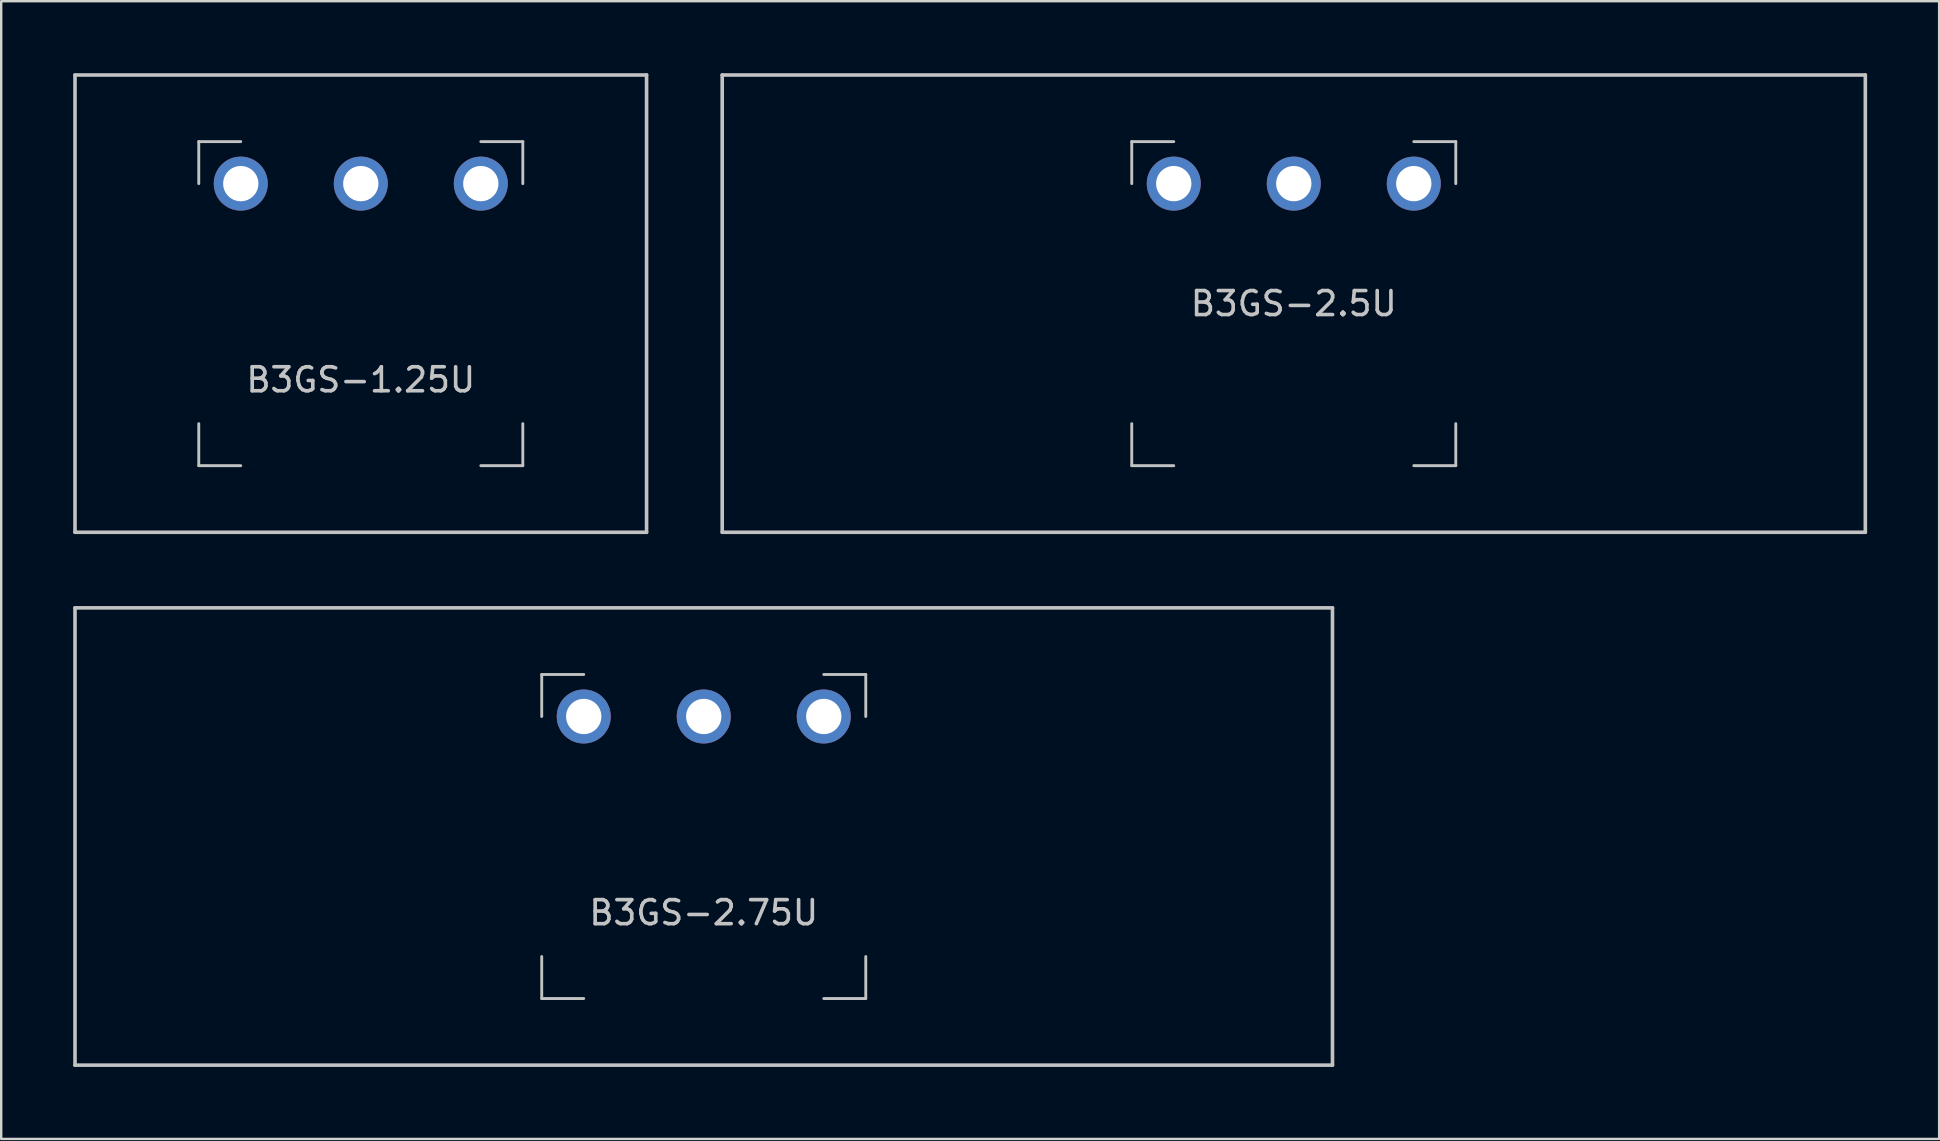
<source format=kicad_pcb>
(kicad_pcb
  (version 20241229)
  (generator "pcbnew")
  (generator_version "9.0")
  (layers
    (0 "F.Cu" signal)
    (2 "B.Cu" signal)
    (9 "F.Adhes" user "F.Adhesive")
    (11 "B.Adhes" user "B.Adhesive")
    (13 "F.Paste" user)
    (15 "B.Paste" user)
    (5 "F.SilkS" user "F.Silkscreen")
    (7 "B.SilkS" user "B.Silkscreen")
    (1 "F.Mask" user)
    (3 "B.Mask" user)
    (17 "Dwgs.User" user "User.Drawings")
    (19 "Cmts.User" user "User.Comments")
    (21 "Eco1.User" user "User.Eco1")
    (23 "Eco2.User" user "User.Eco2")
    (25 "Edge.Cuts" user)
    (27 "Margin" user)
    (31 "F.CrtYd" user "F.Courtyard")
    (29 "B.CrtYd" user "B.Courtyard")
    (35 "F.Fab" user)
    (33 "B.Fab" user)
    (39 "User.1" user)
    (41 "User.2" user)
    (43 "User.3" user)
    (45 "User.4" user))
  (footprint "B3GS-2.75U"
    (layer "F.Cu")
    (at 26.269 31.8)
    (property "Reference" "B3GS-2.75U" (at 0 3.175 0) (layer "Dwgs.User") (effects (font (size 1 1) (thickness 0.15))))
    (attr through_hole)
    (fp_line (start -26.194 -9.525) (end 26.194 -9.525) (stroke (width 0.15) (type solid)) (layer "Dwgs.User"))
    (fp_line (start -26.194 9.525) (end -26.194 -9.525) (stroke (width 0.15) (type solid)) (layer "Dwgs.User"))
    (fp_line (start -26.194 9.525) (end 26.194 9.525) (stroke (width 0.15) (type solid)) (layer "Dwgs.User"))
    (fp_line (start -6.75 -6.75) (end -6.75 -5) (stroke (width 0.12) (type solid)) (layer "Dwgs.User"))
    (fp_line (start -6.75 5) (end -6.75 6.75) (stroke (width 0.12) (type solid)) (layer "Dwgs.User"))
    (fp_line (start -6.75 6.75) (end -5 6.75) (stroke (width 0.12) (type solid)) (layer "Dwgs.User"))
    (fp_line (start -5 -6.75) (end -6.75 -6.75) (stroke (width 0.12) (type solid)) (layer "Dwgs.User"))
    (fp_line (start 6.75 -6.75) (end 5 -6.75) (stroke (width 0.12) (type solid)) (layer "Dwgs.User"))
    (fp_line (start 6.75 -5) (end 6.75 -6.75) (stroke (width 0.12) (type solid)) (layer "Dwgs.User"))
    (fp_line (start 6.75 5) (end 6.75 6.75) (stroke (width 0.12) (type solid)) (layer "Dwgs.User"))
    (fp_line (start 6.75 6.75) (end 5 6.75) (stroke (width 0.12) (type solid)) (layer "Dwgs.User"))
    (fp_line (start 26.194 -9.525) (end 26.194 9.525) (stroke (width 0.15) (type solid)) (layer "Dwgs.User"))
    (pad "1" thru_hole circle (at -5 -5) (size 2.25 2.25) (drill 1.47) (layers "*.Cu" "B.Mask"))
    (pad "1" thru_hole circle (at 5 -5 180) (size 2.25 2.25) (drill 1.47) (layers "*.Cu" "B.Mask"))
    (pad "2" thru_hole circle (at 0 -5) (size 2.25 2.25) (drill 1.47) (layers "*.Cu" "B.Mask")))
  (footprint "B3GS-1.25U"
    (layer "F.Cu")
    (at 11.981 9.6)
    (property "Reference" "B3GS-1.25U" (at 0 3.175 0) (layer "Dwgs.User") (effects (font (size 1 1) (thickness 0.15))))
    (attr through_hole)
    (fp_line (start -11.906 -9.525) (end 11.906 -9.525) (stroke (width 0.15) (type solid)) (layer "Dwgs.User"))
    (fp_line (start -11.906 9.525) (end -11.906 -9.525) (stroke (width 0.15) (type solid)) (layer "Dwgs.User"))
    (fp_line (start -11.906 9.525) (end 11.906 9.525) (stroke (width 0.15) (type solid)) (layer "Dwgs.User"))
    (fp_line (start -6.75 -6.75) (end -6.75 -5) (stroke (width 0.12) (type solid)) (layer "Dwgs.User"))
    (fp_line (start -6.75 5) (end -6.75 6.75) (stroke (width 0.12) (type solid)) (layer "Dwgs.User"))
    (fp_line (start -6.75 6.75) (end -5 6.75) (stroke (width 0.12) (type solid)) (layer "Dwgs.User"))
    (fp_line (start -5 -6.75) (end -6.75 -6.75) (stroke (width 0.12) (type solid)) (layer "Dwgs.User"))
    (fp_line (start 6.75 -6.75) (end 5 -6.75) (stroke (width 0.12) (type solid)) (layer "Dwgs.User"))
    (fp_line (start 6.75 -5) (end 6.75 -6.75) (stroke (width 0.12) (type solid)) (layer "Dwgs.User"))
    (fp_line (start 6.75 5) (end 6.75 6.75) (stroke (width 0.12) (type solid)) (layer "Dwgs.User"))
    (fp_line (start 6.75 6.75) (end 5 6.75) (stroke (width 0.12) (type solid)) (layer "Dwgs.User"))
    (fp_line (start 11.906 -9.525) (end 11.906 9.525) (stroke (width 0.15) (type solid)) (layer "Dwgs.User"))
    (pad "1" thru_hole circle (at -5 -5) (size 2.25 2.25) (drill 1.47) (layers "*.Cu" "B.Mask"))
    (pad "1" thru_hole circle (at 5 -5 180) (size 2.25 2.25) (drill 1.47) (layers "*.Cu" "B.Mask"))
    (pad "2" thru_hole circle (at 0 -5) (size 2.25 2.25) (drill 1.47) (layers "*.Cu" "B.Mask")))
  (footprint "B3GS-2.5U"
    (layer "F.Cu")
    (at 50.85 9.6)
    (property "Reference" "B3GS-2.5U" (at 0 0 0) (layer "Dwgs.User") (effects (font (size 1 1) (thickness 0.15))))
    (attr through_hole)
    (fp_line (start -23.812 -9.525) (end 23.812 -9.525) (stroke (width 0.15) (type solid)) (layer "Dwgs.User"))
    (fp_line (start -23.812 9.525) (end -23.812 -9.525) (stroke (width 0.15) (type solid)) (layer "Dwgs.User"))
    (fp_line (start -23.812 9.525) (end 23.812 9.525) (stroke (width 0.15) (type solid)) (layer "Dwgs.User"))
    (fp_line (start -6.75 -6.75) (end -6.75 -5) (stroke (width 0.12) (type solid)) (layer "Dwgs.User"))
    (fp_line (start -6.75 5) (end -6.75 6.75) (stroke (width 0.12) (type solid)) (layer "Dwgs.User"))
    (fp_line (start -6.75 6.75) (end -5 6.75) (stroke (width 0.12) (type solid)) (layer "Dwgs.User"))
    (fp_line (start -5 -6.75) (end -6.75 -6.75) (stroke (width 0.12) (type solid)) (layer "Dwgs.User"))
    (fp_line (start 6.75 -6.75) (end 5 -6.75) (stroke (width 0.12) (type solid)) (layer "Dwgs.User"))
    (fp_line (start 6.75 -5) (end 6.75 -6.75) (stroke (width 0.12) (type solid)) (layer "Dwgs.User"))
    (fp_line (start 6.75 5) (end 6.75 6.75) (stroke (width 0.12) (type solid)) (layer "Dwgs.User"))
    (fp_line (start 6.75 6.75) (end 5 6.75) (stroke (width 0.12) (type solid)) (layer "Dwgs.User"))
    (fp_line (start 23.812 -9.525) (end 23.812 9.525) (stroke (width 0.15) (type solid)) (layer "Dwgs.User"))
    (pad "1" thru_hole circle (at -5 -5) (size 2.25 2.25) (drill 1.47) (layers "*.Cu" "B.Mask"))
    (pad "1" thru_hole circle (at 5 -5 180) (size 2.25 2.25) (drill 1.47) (layers "*.Cu" "B.Mask"))
    (pad "2" thru_hole circle (at 0 -5) (size 2.25 2.25) (drill 1.47) (layers "*.Cu" "B.Mask")))
  (gr_rect
    (start -3 -3)
    (end 77.737 44.4)
    (stroke (width 0.1) (type default))
    (fill no)
    (layer "Edge.Cuts")))
</source>
